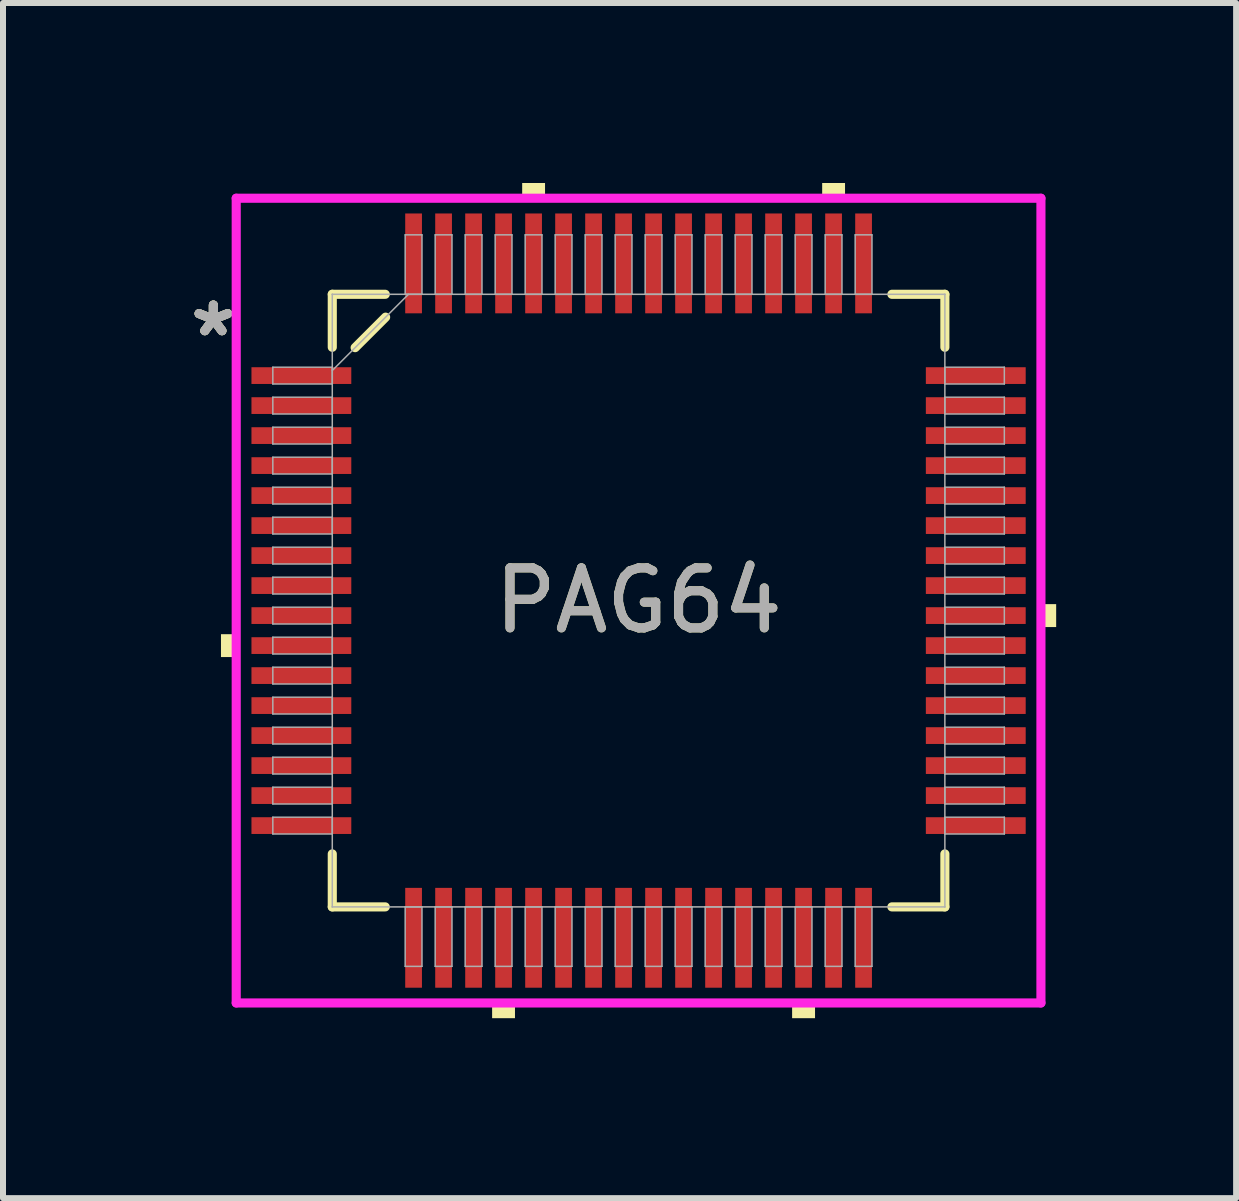
<source format=kicad_pcb>
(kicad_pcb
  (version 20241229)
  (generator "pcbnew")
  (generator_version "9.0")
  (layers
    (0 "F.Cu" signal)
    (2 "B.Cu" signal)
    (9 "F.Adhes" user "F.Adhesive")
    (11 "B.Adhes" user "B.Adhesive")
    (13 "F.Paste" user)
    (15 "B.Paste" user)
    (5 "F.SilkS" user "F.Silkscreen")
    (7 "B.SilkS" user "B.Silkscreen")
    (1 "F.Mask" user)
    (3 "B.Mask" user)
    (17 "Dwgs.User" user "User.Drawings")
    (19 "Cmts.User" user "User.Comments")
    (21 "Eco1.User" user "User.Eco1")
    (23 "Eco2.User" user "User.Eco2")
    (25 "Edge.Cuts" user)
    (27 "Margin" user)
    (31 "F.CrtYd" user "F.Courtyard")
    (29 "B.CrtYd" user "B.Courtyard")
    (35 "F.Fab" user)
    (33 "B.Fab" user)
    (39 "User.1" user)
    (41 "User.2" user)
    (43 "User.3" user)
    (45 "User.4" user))
  (footprint "PAG64"
    (layer "F.Cu")
    (at 7.593 6.96)
    (property "Reference" "PAG64" (at 0 0 0) (unlocked yes) (layer "F.SilkS") (effects (font (size 1 1) (thickness 0.15))))
    (attr smd)
    (fp_line (start -5.105 -5.105) (end -5.105 -4.222) (stroke (width 0.152) (type solid)) (layer "F.SilkS"))
    (fp_line (start -5.105 4.222) (end -5.105 5.105) (stroke (width 0.152) (type solid)) (layer "F.SilkS"))
    (fp_line (start -5.105 5.105) (end -4.222 5.105) (stroke (width 0.152) (type solid)) (layer "F.SilkS"))
    (fp_line (start -4.724 -4.216) (end -4.216 -4.724) (stroke (width 0.152) (type solid)) (layer "F.SilkS"))
    (fp_line (start -4.222 -5.105) (end -5.105 -5.105) (stroke (width 0.152) (type solid)) (layer "F.SilkS"))
    (fp_line (start 4.222 5.105) (end 5.105 5.105) (stroke (width 0.152) (type solid)) (layer "F.SilkS"))
    (fp_line (start 5.105 -5.105) (end 4.222 -5.105) (stroke (width 0.152) (type solid)) (layer "F.SilkS"))
    (fp_line (start 5.105 -4.222) (end 5.105 -5.105) (stroke (width 0.152) (type solid)) (layer "F.SilkS"))
    (fp_line (start 5.105 5.105) (end 5.105 4.222) (stroke (width 0.152) (type solid)) (layer "F.SilkS"))
    (fp_poly (pts (xy -6.96 0.56) (xy -6.96 0.941) (xy -6.706 0.941) (xy -6.706 0.56)) (stroke (width 0) (type solid)) (fill yes) (layer "F.SilkS"))
    (fp_poly (pts (xy -2.441 6.706) (xy -2.441 6.96) (xy -2.06 6.96) (xy -2.06 6.706)) (stroke (width 0) (type solid)) (fill yes) (layer "F.SilkS"))
    (fp_poly (pts (xy -1.94 -6.706) (xy -1.94 -6.96) (xy -1.559 -6.96) (xy -1.559 -6.706)) (stroke (width 0) (type solid)) (fill yes) (layer "F.SilkS"))
    (fp_poly (pts (xy 2.559 6.706) (xy 2.559 6.96) (xy 2.941 6.96) (xy 2.941 6.706)) (stroke (width 0) (type solid)) (fill yes) (layer "F.SilkS"))
    (fp_poly (pts (xy 3.06 -6.706) (xy 3.06 -6.96) (xy 3.441 -6.96) (xy 3.441 -6.706)) (stroke (width 0) (type solid)) (fill yes) (layer "F.SilkS"))
    (fp_poly (pts (xy 6.96 0.059) (xy 6.96 0.441) (xy 6.706 0.441) (xy 6.706 0.059)) (stroke (width 0) (type solid)) (fill yes) (layer "F.SilkS"))
    (fp_line (start -6.706 -6.706) (end 6.706 -6.706) (stroke (width 0.152) (type solid)) (layer "F.CrtYd"))
    (fp_line (start -6.706 6.706) (end -6.706 -6.706) (stroke (width 0.152) (type solid)) (layer "F.CrtYd"))
    (fp_line (start 6.706 -6.706) (end 6.706 6.706) (stroke (width 0.152) (type solid)) (layer "F.CrtYd"))
    (fp_line (start 6.706 6.706) (end -6.706 6.706) (stroke (width 0.152) (type solid)) (layer "F.CrtYd"))
    (fp_line (start -6.096 -3.89) (end -6.096 -3.61) (stroke (width 0.025) (type solid)) (layer "F.Fab"))
    (fp_line (start -6.096 -3.61) (end -5.105 -3.61) (stroke (width 0.025) (type solid)) (layer "F.Fab"))
    (fp_line (start -6.096 -3.39) (end -6.096 -3.11) (stroke (width 0.025) (type solid)) (layer "F.Fab"))
    (fp_line (start -6.096 -3.11) (end -5.105 -3.11) (stroke (width 0.025) (type solid)) (layer "F.Fab"))
    (fp_line (start -6.096 -2.89) (end -6.096 -2.61) (stroke (width 0.025) (type solid)) (layer "F.Fab"))
    (fp_line (start -6.096 -2.61) (end -5.105 -2.61) (stroke (width 0.025) (type solid)) (layer "F.Fab"))
    (fp_line (start -6.096 -2.39) (end -6.096 -2.11) (stroke (width 0.025) (type solid)) (layer "F.Fab"))
    (fp_line (start -6.096 -2.11) (end -5.105 -2.11) (stroke (width 0.025) (type solid)) (layer "F.Fab"))
    (fp_line (start -6.096 -1.89) (end -6.096 -1.61) (stroke (width 0.025) (type solid)) (layer "F.Fab"))
    (fp_line (start -6.096 -1.61) (end -5.105 -1.61) (stroke (width 0.025) (type solid)) (layer "F.Fab"))
    (fp_line (start -6.096 -1.39) (end -6.096 -1.11) (stroke (width 0.025) (type solid)) (layer "F.Fab"))
    (fp_line (start -6.096 -1.11) (end -5.105 -1.11) (stroke (width 0.025) (type solid)) (layer "F.Fab"))
    (fp_line (start -6.096 -0.89) (end -6.096 -0.61) (stroke (width 0.025) (type solid)) (layer "F.Fab"))
    (fp_line (start -6.096 -0.61) (end -5.105 -0.61) (stroke (width 0.025) (type solid)) (layer "F.Fab"))
    (fp_line (start -6.096 -0.39) (end -6.096 -0.11) (stroke (width 0.025) (type solid)) (layer "F.Fab"))
    (fp_line (start -6.096 -0.11) (end -5.105 -0.11) (stroke (width 0.025) (type solid)) (layer "F.Fab"))
    (fp_line (start -6.096 0.11) (end -6.096 0.39) (stroke (width 0.025) (type solid)) (layer "F.Fab"))
    (fp_line (start -6.096 0.39) (end -5.105 0.39) (stroke (width 0.025) (type solid)) (layer "F.Fab"))
    (fp_line (start -6.096 0.61) (end -6.096 0.89) (stroke (width 0.025) (type solid)) (layer "F.Fab"))
    (fp_line (start -6.096 0.89) (end -5.105 0.89) (stroke (width 0.025) (type solid)) (layer "F.Fab"))
    (fp_line (start -6.096 1.11) (end -6.096 1.39) (stroke (width 0.025) (type solid)) (layer "F.Fab"))
    (fp_line (start -6.096 1.39) (end -5.105 1.39) (stroke (width 0.025) (type solid)) (layer "F.Fab"))
    (fp_line (start -6.096 1.61) (end -6.096 1.89) (stroke (width 0.025) (type solid)) (layer "F.Fab"))
    (fp_line (start -6.096 1.89) (end -5.105 1.89) (stroke (width 0.025) (type solid)) (layer "F.Fab"))
    (fp_line (start -6.096 2.11) (end -6.096 2.39) (stroke (width 0.025) (type solid)) (layer "F.Fab"))
    (fp_line (start -6.096 2.39) (end -5.105 2.39) (stroke (width 0.025) (type solid)) (layer "F.Fab"))
    (fp_line (start -6.096 2.61) (end -6.096 2.89) (stroke (width 0.025) (type solid)) (layer "F.Fab"))
    (fp_line (start -6.096 2.89) (end -5.105 2.89) (stroke (width 0.025) (type solid)) (layer "F.Fab"))
    (fp_line (start -6.096 3.11) (end -6.096 3.39) (stroke (width 0.025) (type solid)) (layer "F.Fab"))
    (fp_line (start -6.096 3.39) (end -5.105 3.39) (stroke (width 0.025) (type solid)) (layer "F.Fab"))
    (fp_line (start -6.096 3.61) (end -6.096 3.89) (stroke (width 0.025) (type solid)) (layer "F.Fab"))
    (fp_line (start -6.096 3.89) (end -5.105 3.89) (stroke (width 0.025) (type solid)) (layer "F.Fab"))
    (fp_line (start -5.105 -5.105) (end -5.105 -5.105) (stroke (width 0.025) (type solid)) (layer "F.Fab"))
    (fp_line (start -5.105 -5.105) (end -5.105 5.105) (stroke (width 0.025) (type solid)) (layer "F.Fab"))
    (fp_line (start -5.105 -3.89) (end -6.096 -3.89) (stroke (width 0.025) (type solid)) (layer "F.Fab"))
    (fp_line (start -5.105 -3.835) (end -3.835 -5.105) (stroke (width 0.025) (type solid)) (layer "F.Fab"))
    (fp_line (start -5.105 -3.61) (end -5.105 -3.89) (stroke (width 0.025) (type solid)) (layer "F.Fab"))
    (fp_line (start -5.105 -3.39) (end -6.096 -3.39) (stroke (width 0.025) (type solid)) (layer "F.Fab"))
    (fp_line (start -5.105 -3.11) (end -5.105 -3.39) (stroke (width 0.025) (type solid)) (layer "F.Fab"))
    (fp_line (start -5.105 -2.89) (end -6.096 -2.89) (stroke (width 0.025) (type solid)) (layer "F.Fab"))
    (fp_line (start -5.105 -2.61) (end -5.105 -2.89) (stroke (width 0.025) (type solid)) (layer "F.Fab"))
    (fp_line (start -5.105 -2.39) (end -6.096 -2.39) (stroke (width 0.025) (type solid)) (layer "F.Fab"))
    (fp_line (start -5.105 -2.11) (end -5.105 -2.39) (stroke (width 0.025) (type solid)) (layer "F.Fab"))
    (fp_line (start -5.105 -1.89) (end -6.096 -1.89) (stroke (width 0.025) (type solid)) (layer "F.Fab"))
    (fp_line (start -5.105 -1.61) (end -5.105 -1.89) (stroke (width 0.025) (type solid)) (layer "F.Fab"))
    (fp_line (start -5.105 -1.39) (end -6.096 -1.39) (stroke (width 0.025) (type solid)) (layer "F.Fab"))
    (fp_line (start -5.105 -1.11) (end -5.105 -1.39) (stroke (width 0.025) (type solid)) (layer "F.Fab"))
    (fp_line (start -5.105 -0.89) (end -6.096 -0.89) (stroke (width 0.025) (type solid)) (layer "F.Fab"))
    (fp_line (start -5.105 -0.61) (end -5.105 -0.89) (stroke (width 0.025) (type solid)) (layer "F.Fab"))
    (fp_line (start -5.105 -0.39) (end -6.096 -0.39) (stroke (width 0.025) (type solid)) (layer "F.Fab"))
    (fp_line (start -5.105 -0.11) (end -5.105 -0.39) (stroke (width 0.025) (type solid)) (layer "F.Fab"))
    (fp_line (start -5.105 0.11) (end -6.096 0.11) (stroke (width 0.025) (type solid)) (layer "F.Fab"))
    (fp_line (start -5.105 0.39) (end -5.105 0.11) (stroke (width 0.025) (type solid)) (layer "F.Fab"))
    (fp_line (start -5.105 0.61) (end -6.096 0.61) (stroke (width 0.025) (type solid)) (layer "F.Fab"))
    (fp_line (start -5.105 0.89) (end -5.105 0.61) (stroke (width 0.025) (type solid)) (layer "F.Fab"))
    (fp_line (start -5.105 1.11) (end -6.096 1.11) (stroke (width 0.025) (type solid)) (layer "F.Fab"))
    (fp_line (start -5.105 1.39) (end -5.105 1.11) (stroke (width 0.025) (type solid)) (layer "F.Fab"))
    (fp_line (start -5.105 1.61) (end -6.096 1.61) (stroke (width 0.025) (type solid)) (layer "F.Fab"))
    (fp_line (start -5.105 1.89) (end -5.105 1.61) (stroke (width 0.025) (type solid)) (layer "F.Fab"))
    (fp_line (start -5.105 2.11) (end -6.096 2.11) (stroke (width 0.025) (type solid)) (layer "F.Fab"))
    (fp_line (start -5.105 2.39) (end -5.105 2.11) (stroke (width 0.025) (type solid)) (layer "F.Fab"))
    (fp_line (start -5.105 2.61) (end -6.096 2.61) (stroke (width 0.025) (type solid)) (layer "F.Fab"))
    (fp_line (start -5.105 2.89) (end -5.105 2.61) (stroke (width 0.025) (type solid)) (layer "F.Fab"))
    (fp_line (start -5.105 3.11) (end -6.096 3.11) (stroke (width 0.025) (type solid)) (layer "F.Fab"))
    (fp_line (start -5.105 3.39) (end -5.105 3.11) (stroke (width 0.025) (type solid)) (layer "F.Fab"))
    (fp_line (start -5.105 3.61) (end -6.096 3.61) (stroke (width 0.025) (type solid)) (layer "F.Fab"))
    (fp_line (start -5.105 3.89) (end -5.105 3.61) (stroke (width 0.025) (type solid)) (layer "F.Fab"))
    (fp_line (start -5.105 5.105) (end -5.105 5.105) (stroke (width 0.025) (type solid)) (layer "F.Fab"))
    (fp_line (start -5.105 5.105) (end 5.105 5.105) (stroke (width 0.025) (type solid)) (layer "F.Fab"))
    (fp_line (start -3.89 -6.096) (end -3.89 -5.105) (stroke (width 0.025) (type solid)) (layer "F.Fab"))
    (fp_line (start -3.89 -5.105) (end -3.61 -5.105) (stroke (width 0.025) (type solid)) (layer "F.Fab"))
    (fp_line (start -3.89 5.105) (end -3.89 6.096) (stroke (width 0.025) (type solid)) (layer "F.Fab"))
    (fp_line (start -3.89 6.096) (end -3.61 6.096) (stroke (width 0.025) (type solid)) (layer "F.Fab"))
    (fp_line (start -3.61 -6.096) (end -3.89 -6.096) (stroke (width 0.025) (type solid)) (layer "F.Fab"))
    (fp_line (start -3.61 -5.105) (end -3.61 -6.096) (stroke (width 0.025) (type solid)) (layer "F.Fab"))
    (fp_line (start -3.61 5.105) (end -3.89 5.105) (stroke (width 0.025) (type solid)) (layer "F.Fab"))
    (fp_line (start -3.61 6.096) (end -3.61 5.105) (stroke (width 0.025) (type solid)) (layer "F.Fab"))
    (fp_line (start -3.39 -6.096) (end -3.39 -5.105) (stroke (width 0.025) (type solid)) (layer "F.Fab"))
    (fp_line (start -3.39 -5.105) (end -3.11 -5.105) (stroke (width 0.025) (type solid)) (layer "F.Fab"))
    (fp_line (start -3.39 5.105) (end -3.39 6.096) (stroke (width 0.025) (type solid)) (layer "F.Fab"))
    (fp_line (start -3.39 6.096) (end -3.11 6.096) (stroke (width 0.025) (type solid)) (layer "F.Fab"))
    (fp_line (start -3.11 -6.096) (end -3.39 -6.096) (stroke (width 0.025) (type solid)) (layer "F.Fab"))
    (fp_line (start -3.11 -5.105) (end -3.11 -6.096) (stroke (width 0.025) (type solid)) (layer "F.Fab"))
    (fp_line (start -3.11 5.105) (end -3.39 5.105) (stroke (width 0.025) (type solid)) (layer "F.Fab"))
    (fp_line (start -3.11 6.096) (end -3.11 5.105) (stroke (width 0.025) (type solid)) (layer "F.Fab"))
    (fp_line (start -2.89 -6.096) (end -2.89 -5.105) (stroke (width 0.025) (type solid)) (layer "F.Fab"))
    (fp_line (start -2.89 -5.105) (end -2.61 -5.105) (stroke (width 0.025) (type solid)) (layer "F.Fab"))
    (fp_line (start -2.89 5.105) (end -2.89 6.096) (stroke (width 0.025) (type solid)) (layer "F.Fab"))
    (fp_line (start -2.89 6.096) (end -2.61 6.096) (stroke (width 0.025) (type solid)) (layer "F.Fab"))
    (fp_line (start -2.61 -6.096) (end -2.89 -6.096) (stroke (width 0.025) (type solid)) (layer "F.Fab"))
    (fp_line (start -2.61 -5.105) (end -2.61 -6.096) (stroke (width 0.025) (type solid)) (layer "F.Fab"))
    (fp_line (start -2.61 5.105) (end -2.89 5.105) (stroke (width 0.025) (type solid)) (layer "F.Fab"))
    (fp_line (start -2.61 6.096) (end -2.61 5.105) (stroke (width 0.025) (type solid)) (layer "F.Fab"))
    (fp_line (start -2.39 -6.096) (end -2.39 -5.105) (stroke (width 0.025) (type solid)) (layer "F.Fab"))
    (fp_line (start -2.39 -5.105) (end -2.11 -5.105) (stroke (width 0.025) (type solid)) (layer "F.Fab"))
    (fp_line (start -2.39 5.105) (end -2.39 6.096) (stroke (width 0.025) (type solid)) (layer "F.Fab"))
    (fp_line (start -2.39 6.096) (end -2.11 6.096) (stroke (width 0.025) (type solid)) (layer "F.Fab"))
    (fp_line (start -2.11 -6.096) (end -2.39 -6.096) (stroke (width 0.025) (type solid)) (layer "F.Fab"))
    (fp_line (start -2.11 -5.105) (end -2.11 -6.096) (stroke (width 0.025) (type solid)) (layer "F.Fab"))
    (fp_line (start -2.11 5.105) (end -2.39 5.105) (stroke (width 0.025) (type solid)) (layer "F.Fab"))
    (fp_line (start -2.11 6.096) (end -2.11 5.105) (stroke (width 0.025) (type solid)) (layer "F.Fab"))
    (fp_line (start -1.89 -6.096) (end -1.89 -5.105) (stroke (width 0.025) (type solid)) (layer "F.Fab"))
    (fp_line (start -1.89 -5.105) (end -1.61 -5.105) (stroke (width 0.025) (type solid)) (layer "F.Fab"))
    (fp_line (start -1.89 5.105) (end -1.89 6.096) (stroke (width 0.025) (type solid)) (layer "F.Fab"))
    (fp_line (start -1.89 6.096) (end -1.61 6.096) (stroke (width 0.025) (type solid)) (layer "F.Fab"))
    (fp_line (start -1.61 -6.096) (end -1.89 -6.096) (stroke (width 0.025) (type solid)) (layer "F.Fab"))
    (fp_line (start -1.61 -5.105) (end -1.61 -6.096) (stroke (width 0.025) (type solid)) (layer "F.Fab"))
    (fp_line (start -1.61 5.105) (end -1.89 5.105) (stroke (width 0.025) (type solid)) (layer "F.Fab"))
    (fp_line (start -1.61 6.096) (end -1.61 5.105) (stroke (width 0.025) (type solid)) (layer "F.Fab"))
    (fp_line (start -1.39 -6.096) (end -1.39 -5.105) (stroke (width 0.025) (type solid)) (layer "F.Fab"))
    (fp_line (start -1.39 -5.105) (end -1.11 -5.105) (stroke (width 0.025) (type solid)) (layer "F.Fab"))
    (fp_line (start -1.39 5.105) (end -1.39 6.096) (stroke (width 0.025) (type solid)) (layer "F.Fab"))
    (fp_line (start -1.39 6.096) (end -1.11 6.096) (stroke (width 0.025) (type solid)) (layer "F.Fab"))
    (fp_line (start -1.11 -6.096) (end -1.39 -6.096) (stroke (width 0.025) (type solid)) (layer "F.Fab"))
    (fp_line (start -1.11 -5.105) (end -1.11 -6.096) (stroke (width 0.025) (type solid)) (layer "F.Fab"))
    (fp_line (start -1.11 5.105) (end -1.39 5.105) (stroke (width 0.025) (type solid)) (layer "F.Fab"))
    (fp_line (start -1.11 6.096) (end -1.11 5.105) (stroke (width 0.025) (type solid)) (layer "F.Fab"))
    (fp_line (start -0.89 -6.096) (end -0.89 -5.105) (stroke (width 0.025) (type solid)) (layer "F.Fab"))
    (fp_line (start -0.89 -5.105) (end -0.61 -5.105) (stroke (width 0.025) (type solid)) (layer "F.Fab"))
    (fp_line (start -0.89 5.105) (end -0.89 6.096) (stroke (width 0.025) (type solid)) (layer "F.Fab"))
    (fp_line (start -0.89 6.096) (end -0.61 6.096) (stroke (width 0.025) (type solid)) (layer "F.Fab"))
    (fp_line (start -0.61 -6.096) (end -0.89 -6.096) (stroke (width 0.025) (type solid)) (layer "F.Fab"))
    (fp_line (start -0.61 -5.105) (end -0.61 -6.096) (stroke (width 0.025) (type solid)) (layer "F.Fab"))
    (fp_line (start -0.61 5.105) (end -0.89 5.105) (stroke (width 0.025) (type solid)) (layer "F.Fab"))
    (fp_line (start -0.61 6.096) (end -0.61 5.105) (stroke (width 0.025) (type solid)) (layer "F.Fab"))
    (fp_line (start -0.39 -6.096) (end -0.39 -5.105) (stroke (width 0.025) (type solid)) (layer "F.Fab"))
    (fp_line (start -0.39 -5.105) (end -0.11 -5.105) (stroke (width 0.025) (type solid)) (layer "F.Fab"))
    (fp_line (start -0.39 5.105) (end -0.39 6.096) (stroke (width 0.025) (type solid)) (layer "F.Fab"))
    (fp_line (start -0.39 6.096) (end -0.11 6.096) (stroke (width 0.025) (type solid)) (layer "F.Fab"))
    (fp_line (start -0.11 -6.096) (end -0.39 -6.096) (stroke (width 0.025) (type solid)) (layer "F.Fab"))
    (fp_line (start -0.11 -5.105) (end -0.11 -6.096) (stroke (width 0.025) (type solid)) (layer "F.Fab"))
    (fp_line (start -0.11 5.105) (end -0.39 5.105) (stroke (width 0.025) (type solid)) (layer "F.Fab"))
    (fp_line (start -0.11 6.096) (end -0.11 5.105) (stroke (width 0.025) (type solid)) (layer "F.Fab"))
    (fp_line (start 0.11 -6.096) (end 0.11 -5.105) (stroke (width 0.025) (type solid)) (layer "F.Fab"))
    (fp_line (start 0.11 -5.105) (end 0.39 -5.105) (stroke (width 0.025) (type solid)) (layer "F.Fab"))
    (fp_line (start 0.11 5.105) (end 0.11 6.096) (stroke (width 0.025) (type solid)) (layer "F.Fab"))
    (fp_line (start 0.11 6.096) (end 0.39 6.096) (stroke (width 0.025) (type solid)) (layer "F.Fab"))
    (fp_line (start 0.39 -6.096) (end 0.11 -6.096) (stroke (width 0.025) (type solid)) (layer "F.Fab"))
    (fp_line (start 0.39 -5.105) (end 0.39 -6.096) (stroke (width 0.025) (type solid)) (layer "F.Fab"))
    (fp_line (start 0.39 5.105) (end 0.11 5.105) (stroke (width 0.025) (type solid)) (layer "F.Fab"))
    (fp_line (start 0.39 6.096) (end 0.39 5.105) (stroke (width 0.025) (type solid)) (layer "F.Fab"))
    (fp_line (start 0.61 -6.096) (end 0.61 -5.105) (stroke (width 0.025) (type solid)) (layer "F.Fab"))
    (fp_line (start 0.61 -5.105) (end 0.89 -5.105) (stroke (width 0.025) (type solid)) (layer "F.Fab"))
    (fp_line (start 0.61 5.105) (end 0.61 6.096) (stroke (width 0.025) (type solid)) (layer "F.Fab"))
    (fp_line (start 0.61 6.096) (end 0.89 6.096) (stroke (width 0.025) (type solid)) (layer "F.Fab"))
    (fp_line (start 0.89 -6.096) (end 0.61 -6.096) (stroke (width 0.025) (type solid)) (layer "F.Fab"))
    (fp_line (start 0.89 -5.105) (end 0.89 -6.096) (stroke (width 0.025) (type solid)) (layer "F.Fab"))
    (fp_line (start 0.89 5.105) (end 0.61 5.105) (stroke (width 0.025) (type solid)) (layer "F.Fab"))
    (fp_line (start 0.89 6.096) (end 0.89 5.105) (stroke (width 0.025) (type solid)) (layer "F.Fab"))
    (fp_line (start 1.11 -6.096) (end 1.11 -5.105) (stroke (width 0.025) (type solid)) (layer "F.Fab"))
    (fp_line (start 1.11 -5.105) (end 1.39 -5.105) (stroke (width 0.025) (type solid)) (layer "F.Fab"))
    (fp_line (start 1.11 5.105) (end 1.11 6.096) (stroke (width 0.025) (type solid)) (layer "F.Fab"))
    (fp_line (start 1.11 6.096) (end 1.39 6.096) (stroke (width 0.025) (type solid)) (layer "F.Fab"))
    (fp_line (start 1.39 -6.096) (end 1.11 -6.096) (stroke (width 0.025) (type solid)) (layer "F.Fab"))
    (fp_line (start 1.39 -5.105) (end 1.39 -6.096) (stroke (width 0.025) (type solid)) (layer "F.Fab"))
    (fp_line (start 1.39 5.105) (end 1.11 5.105) (stroke (width 0.025) (type solid)) (layer "F.Fab"))
    (fp_line (start 1.39 6.096) (end 1.39 5.105) (stroke (width 0.025) (type solid)) (layer "F.Fab"))
    (fp_line (start 1.61 -6.096) (end 1.61 -5.105) (stroke (width 0.025) (type solid)) (layer "F.Fab"))
    (fp_line (start 1.61 -5.105) (end 1.89 -5.105) (stroke (width 0.025) (type solid)) (layer "F.Fab"))
    (fp_line (start 1.61 5.105) (end 1.61 6.096) (stroke (width 0.025) (type solid)) (layer "F.Fab"))
    (fp_line (start 1.61 6.096) (end 1.89 6.096) (stroke (width 0.025) (type solid)) (layer "F.Fab"))
    (fp_line (start 1.89 -6.096) (end 1.61 -6.096) (stroke (width 0.025) (type solid)) (layer "F.Fab"))
    (fp_line (start 1.89 -5.105) (end 1.89 -6.096) (stroke (width 0.025) (type solid)) (layer "F.Fab"))
    (fp_line (start 1.89 5.105) (end 1.61 5.105) (stroke (width 0.025) (type solid)) (layer "F.Fab"))
    (fp_line (start 1.89 6.096) (end 1.89 5.105) (stroke (width 0.025) (type solid)) (layer "F.Fab"))
    (fp_line (start 2.11 -6.096) (end 2.11 -5.105) (stroke (width 0.025) (type solid)) (layer "F.Fab"))
    (fp_line (start 2.11 -5.105) (end 2.39 -5.105) (stroke (width 0.025) (type solid)) (layer "F.Fab"))
    (fp_line (start 2.11 5.105) (end 2.11 6.096) (stroke (width 0.025) (type solid)) (layer "F.Fab"))
    (fp_line (start 2.11 6.096) (end 2.39 6.096) (stroke (width 0.025) (type solid)) (layer "F.Fab"))
    (fp_line (start 2.39 -6.096) (end 2.11 -6.096) (stroke (width 0.025) (type solid)) (layer "F.Fab"))
    (fp_line (start 2.39 -5.105) (end 2.39 -6.096) (stroke (width 0.025) (type solid)) (layer "F.Fab"))
    (fp_line (start 2.39 5.105) (end 2.11 5.105) (stroke (width 0.025) (type solid)) (layer "F.Fab"))
    (fp_line (start 2.39 6.096) (end 2.39 5.105) (stroke (width 0.025) (type solid)) (layer "F.Fab"))
    (fp_line (start 2.61 -6.096) (end 2.61 -5.105) (stroke (width 0.025) (type solid)) (layer "F.Fab"))
    (fp_line (start 2.61 -5.105) (end 2.89 -5.105) (stroke (width 0.025) (type solid)) (layer "F.Fab"))
    (fp_line (start 2.61 5.105) (end 2.61 6.096) (stroke (width 0.025) (type solid)) (layer "F.Fab"))
    (fp_line (start 2.61 6.096) (end 2.89 6.096) (stroke (width 0.025) (type solid)) (layer "F.Fab"))
    (fp_line (start 2.89 -6.096) (end 2.61 -6.096) (stroke (width 0.025) (type solid)) (layer "F.Fab"))
    (fp_line (start 2.89 -5.105) (end 2.89 -6.096) (stroke (width 0.025) (type solid)) (layer "F.Fab"))
    (fp_line (start 2.89 5.105) (end 2.61 5.105) (stroke (width 0.025) (type solid)) (layer "F.Fab"))
    (fp_line (start 2.89 6.096) (end 2.89 5.105) (stroke (width 0.025) (type solid)) (layer "F.Fab"))
    (fp_line (start 3.11 -6.096) (end 3.11 -5.105) (stroke (width 0.025) (type solid)) (layer "F.Fab"))
    (fp_line (start 3.11 -5.105) (end 3.39 -5.105) (stroke (width 0.025) (type solid)) (layer "F.Fab"))
    (fp_line (start 3.11 5.105) (end 3.11 6.096) (stroke (width 0.025) (type solid)) (layer "F.Fab"))
    (fp_line (start 3.11 6.096) (end 3.39 6.096) (stroke (width 0.025) (type solid)) (layer "F.Fab"))
    (fp_line (start 3.39 -6.096) (end 3.11 -6.096) (stroke (width 0.025) (type solid)) (layer "F.Fab"))
    (fp_line (start 3.39 -5.105) (end 3.39 -6.096) (stroke (width 0.025) (type solid)) (layer "F.Fab"))
    (fp_line (start 3.39 5.105) (end 3.11 5.105) (stroke (width 0.025) (type solid)) (layer "F.Fab"))
    (fp_line (start 3.39 6.096) (end 3.39 5.105) (stroke (width 0.025) (type solid)) (layer "F.Fab"))
    (fp_line (start 3.61 -6.096) (end 3.61 -5.105) (stroke (width 0.025) (type solid)) (layer "F.Fab"))
    (fp_line (start 3.61 -5.105) (end 3.89 -5.105) (stroke (width 0.025) (type solid)) (layer "F.Fab"))
    (fp_line (start 3.61 5.105) (end 3.61 6.096) (stroke (width 0.025) (type solid)) (layer "F.Fab"))
    (fp_line (start 3.61 6.096) (end 3.89 6.096) (stroke (width 0.025) (type solid)) (layer "F.Fab"))
    (fp_line (start 3.89 -6.096) (end 3.61 -6.096) (stroke (width 0.025) (type solid)) (layer "F.Fab"))
    (fp_line (start 3.89 -5.105) (end 3.89 -6.096) (stroke (width 0.025) (type solid)) (layer "F.Fab"))
    (fp_line (start 3.89 5.105) (end 3.61 5.105) (stroke (width 0.025) (type solid)) (layer "F.Fab"))
    (fp_line (start 3.89 6.096) (end 3.89 5.105) (stroke (width 0.025) (type solid)) (layer "F.Fab"))
    (fp_line (start 5.105 -5.105) (end -5.105 -5.105) (stroke (width 0.025) (type solid)) (layer "F.Fab"))
    (fp_line (start 5.105 -5.105) (end 5.105 -5.105) (stroke (width 0.025) (type solid)) (layer "F.Fab"))
    (fp_line (start 5.105 -3.89) (end 5.105 -3.61) (stroke (width 0.025) (type solid)) (layer "F.Fab"))
    (fp_line (start 5.105 -3.61) (end 6.096 -3.61) (stroke (width 0.025) (type solid)) (layer "F.Fab"))
    (fp_line (start 5.105 -3.39) (end 5.105 -3.11) (stroke (width 0.025) (type solid)) (layer "F.Fab"))
    (fp_line (start 5.105 -3.11) (end 6.096 -3.11) (stroke (width 0.025) (type solid)) (layer "F.Fab"))
    (fp_line (start 5.105 -2.89) (end 5.105 -2.61) (stroke (width 0.025) (type solid)) (layer "F.Fab"))
    (fp_line (start 5.105 -2.61) (end 6.096 -2.61) (stroke (width 0.025) (type solid)) (layer "F.Fab"))
    (fp_line (start 5.105 -2.39) (end 5.105 -2.11) (stroke (width 0.025) (type solid)) (layer "F.Fab"))
    (fp_line (start 5.105 -2.11) (end 6.096 -2.11) (stroke (width 0.025) (type solid)) (layer "F.Fab"))
    (fp_line (start 5.105 -1.89) (end 5.105 -1.61) (stroke (width 0.025) (type solid)) (layer "F.Fab"))
    (fp_line (start 5.105 -1.61) (end 6.096 -1.61) (stroke (width 0.025) (type solid)) (layer "F.Fab"))
    (fp_line (start 5.105 -1.39) (end 5.105 -1.11) (stroke (width 0.025) (type solid)) (layer "F.Fab"))
    (fp_line (start 5.105 -1.11) (end 6.096 -1.11) (stroke (width 0.025) (type solid)) (layer "F.Fab"))
    (fp_line (start 5.105 -0.89) (end 5.105 -0.61) (stroke (width 0.025) (type solid)) (layer "F.Fab"))
    (fp_line (start 5.105 -0.61) (end 6.096 -0.61) (stroke (width 0.025) (type solid)) (layer "F.Fab"))
    (fp_line (start 5.105 -0.39) (end 5.105 -0.11) (stroke (width 0.025) (type solid)) (layer "F.Fab"))
    (fp_line (start 5.105 -0.11) (end 6.096 -0.11) (stroke (width 0.025) (type solid)) (layer "F.Fab"))
    (fp_line (start 5.105 0.11) (end 5.105 0.39) (stroke (width 0.025) (type solid)) (layer "F.Fab"))
    (fp_line (start 5.105 0.39) (end 6.096 0.39) (stroke (width 0.025) (type solid)) (layer "F.Fab"))
    (fp_line (start 5.105 0.61) (end 5.105 0.89) (stroke (width 0.025) (type solid)) (layer "F.Fab"))
    (fp_line (start 5.105 0.89) (end 6.096 0.89) (stroke (width 0.025) (type solid)) (layer "F.Fab"))
    (fp_line (start 5.105 1.11) (end 5.105 1.39) (stroke (width 0.025) (type solid)) (layer "F.Fab"))
    (fp_line (start 5.105 1.39) (end 6.096 1.39) (stroke (width 0.025) (type solid)) (layer "F.Fab"))
    (fp_line (start 5.105 1.61) (end 5.105 1.89) (stroke (width 0.025) (type solid)) (layer "F.Fab"))
    (fp_line (start 5.105 1.89) (end 6.096 1.89) (stroke (width 0.025) (type solid)) (layer "F.Fab"))
    (fp_line (start 5.105 2.11) (end 5.105 2.39) (stroke (width 0.025) (type solid)) (layer "F.Fab"))
    (fp_line (start 5.105 2.39) (end 6.096 2.39) (stroke (width 0.025) (type solid)) (layer "F.Fab"))
    (fp_line (start 5.105 2.61) (end 5.105 2.89) (stroke (width 0.025) (type solid)) (layer "F.Fab"))
    (fp_line (start 5.105 2.89) (end 6.096 2.89) (stroke (width 0.025) (type solid)) (layer "F.Fab"))
    (fp_line (start 5.105 3.11) (end 5.105 3.39) (stroke (width 0.025) (type solid)) (layer "F.Fab"))
    (fp_line (start 5.105 3.39) (end 6.096 3.39) (stroke (width 0.025) (type solid)) (layer "F.Fab"))
    (fp_line (start 5.105 3.61) (end 5.105 3.89) (stroke (width 0.025) (type solid)) (layer "F.Fab"))
    (fp_line (start 5.105 3.89) (end 6.096 3.89) (stroke (width 0.025) (type solid)) (layer "F.Fab"))
    (fp_line (start 5.105 5.105) (end 5.105 -5.105) (stroke (width 0.025) (type solid)) (layer "F.Fab"))
    (fp_line (start 5.105 5.105) (end 5.105 5.105) (stroke (width 0.025) (type solid)) (layer "F.Fab"))
    (fp_line (start 6.096 -3.89) (end 5.105 -3.89) (stroke (width 0.025) (type solid)) (layer "F.Fab"))
    (fp_line (start 6.096 -3.61) (end 6.096 -3.89) (stroke (width 0.025) (type solid)) (layer "F.Fab"))
    (fp_line (start 6.096 -3.39) (end 5.105 -3.39) (stroke (width 0.025) (type solid)) (layer "F.Fab"))
    (fp_line (start 6.096 -3.11) (end 6.096 -3.39) (stroke (width 0.025) (type solid)) (layer "F.Fab"))
    (fp_line (start 6.096 -2.89) (end 5.105 -2.89) (stroke (width 0.025) (type solid)) (layer "F.Fab"))
    (fp_line (start 6.096 -2.61) (end 6.096 -2.89) (stroke (width 0.025) (type solid)) (layer "F.Fab"))
    (fp_line (start 6.096 -2.39) (end 5.105 -2.39) (stroke (width 0.025) (type solid)) (layer "F.Fab"))
    (fp_line (start 6.096 -2.11) (end 6.096 -2.39) (stroke (width 0.025) (type solid)) (layer "F.Fab"))
    (fp_line (start 6.096 -1.89) (end 5.105 -1.89) (stroke (width 0.025) (type solid)) (layer "F.Fab"))
    (fp_line (start 6.096 -1.61) (end 6.096 -1.89) (stroke (width 0.025) (type solid)) (layer "F.Fab"))
    (fp_line (start 6.096 -1.39) (end 5.105 -1.39) (stroke (width 0.025) (type solid)) (layer "F.Fab"))
    (fp_line (start 6.096 -1.11) (end 6.096 -1.39) (stroke (width 0.025) (type solid)) (layer "F.Fab"))
    (fp_line (start 6.096 -0.89) (end 5.105 -0.89) (stroke (width 0.025) (type solid)) (layer "F.Fab"))
    (fp_line (start 6.096 -0.61) (end 6.096 -0.89) (stroke (width 0.025) (type solid)) (layer "F.Fab"))
    (fp_line (start 6.096 -0.39) (end 5.105 -0.39) (stroke (width 0.025) (type solid)) (layer "F.Fab"))
    (fp_line (start 6.096 -0.11) (end 6.096 -0.39) (stroke (width 0.025) (type solid)) (layer "F.Fab"))
    (fp_line (start 6.096 0.11) (end 5.105 0.11) (stroke (width 0.025) (type solid)) (layer "F.Fab"))
    (fp_line (start 6.096 0.39) (end 6.096 0.11) (stroke (width 0.025) (type solid)) (layer "F.Fab"))
    (fp_line (start 6.096 0.61) (end 5.105 0.61) (stroke (width 0.025) (type solid)) (layer "F.Fab"))
    (fp_line (start 6.096 0.89) (end 6.096 0.61) (stroke (width 0.025) (type solid)) (layer "F.Fab"))
    (fp_line (start 6.096 1.11) (end 5.105 1.11) (stroke (width 0.025) (type solid)) (layer "F.Fab"))
    (fp_line (start 6.096 1.39) (end 6.096 1.11) (stroke (width 0.025) (type solid)) (layer "F.Fab"))
    (fp_line (start 6.096 1.61) (end 5.105 1.61) (stroke (width 0.025) (type solid)) (layer "F.Fab"))
    (fp_line (start 6.096 1.89) (end 6.096 1.61) (stroke (width 0.025) (type solid)) (layer "F.Fab"))
    (fp_line (start 6.096 2.11) (end 5.105 2.11) (stroke (width 0.025) (type solid)) (layer "F.Fab"))
    (fp_line (start 6.096 2.39) (end 6.096 2.11) (stroke (width 0.025) (type solid)) (layer "F.Fab"))
    (fp_line (start 6.096 2.61) (end 5.105 2.61) (stroke (width 0.025) (type solid)) (layer "F.Fab"))
    (fp_line (start 6.096 2.89) (end 6.096 2.61) (stroke (width 0.025) (type solid)) (layer "F.Fab"))
    (fp_line (start 6.096 3.11) (end 5.105 3.11) (stroke (width 0.025) (type solid)) (layer "F.Fab"))
    (fp_line (start 6.096 3.39) (end 6.096 3.11) (stroke (width 0.025) (type solid)) (layer "F.Fab"))
    (fp_line (start 6.096 3.61) (end 5.105 3.61) (stroke (width 0.025) (type solid)) (layer "F.Fab"))
    (fp_line (start 6.096 3.89) (end 6.096 3.61) (stroke (width 0.025) (type solid)) (layer "F.Fab"))
    (fp_text user "*" (at -7.087 -4.381 0) (layer "F.SilkS") (effects (font (size 1 1) (thickness 0.15))))
    (fp_text user "*" (at -7.087 -4.381 0) (unlocked yes) (layer "F.SilkS") (effects (font (size 1 1) (thickness 0.15))))
    (fp_text user "${REFERENCE}" (at 0 0 0) (unlocked yes) (layer "F.Fab") (effects (font (size 1 1) (thickness 0.15))))
    (fp_text user "*" (at -7.087 -4.381 0) (unlocked yes) (layer "F.Fab") (effects (font (size 1 1) (thickness 0.15))))
    (fp_text user "*" (at -7.087 -4.381 0) (layer "F.Fab") (effects (font (size 1 1) (thickness 0.15))))
    (pad "1" smd rect (at -5.62 -3.75 90) (size 0.279 1.664) (layers "F.Cu" "F.Mask" "F.Paste"))
    (pad "2" smd rect (at -5.62 -3.25 90) (size 0.279 1.664) (layers "F.Cu" "F.Mask" "F.Paste"))
    (pad "3" smd rect (at -5.62 -2.75 90) (size 0.279 1.664) (layers "F.Cu" "F.Mask" "F.Paste"))
    (pad "4" smd rect (at -5.62 -2.25 90) (size 0.279 1.664) (layers "F.Cu" "F.Mask" "F.Paste"))
    (pad "5" smd rect (at -5.62 -1.75 90) (size 0.279 1.664) (layers "F.Cu" "F.Mask" "F.Paste"))
    (pad "6" smd rect (at -5.62 -1.25 90) (size 0.279 1.664) (layers "F.Cu" "F.Mask" "F.Paste"))
    (pad "7" smd rect (at -5.62 -0.75 90) (size 0.279 1.664) (layers "F.Cu" "F.Mask" "F.Paste"))
    (pad "8" smd rect (at -5.62 -0.25 90) (size 0.279 1.664) (layers "F.Cu" "F.Mask" "F.Paste"))
    (pad "9" smd rect (at -5.62 0.25 90) (size 0.279 1.664) (layers "F.Cu" "F.Mask" "F.Paste"))
    (pad "10" smd rect (at -5.62 0.75 90) (size 0.279 1.664) (layers "F.Cu" "F.Mask" "F.Paste"))
    (pad "11" smd rect (at -5.62 1.25 90) (size 0.279 1.664) (layers "F.Cu" "F.Mask" "F.Paste"))
    (pad "12" smd rect (at -5.62 1.75 90) (size 0.279 1.664) (layers "F.Cu" "F.Mask" "F.Paste"))
    (pad "13" smd rect (at -5.62 2.25 90) (size 0.279 1.664) (layers "F.Cu" "F.Mask" "F.Paste"))
    (pad "14" smd rect (at -5.62 2.75 90) (size 0.279 1.664) (layers "F.Cu" "F.Mask" "F.Paste"))
    (pad "15" smd rect (at -5.62 3.25 90) (size 0.279 1.664) (layers "F.Cu" "F.Mask" "F.Paste"))
    (pad "16" smd rect (at -5.62 3.75 90) (size 0.279 1.664) (layers "F.Cu" "F.Mask" "F.Paste"))
    (pad "17" smd rect (at -3.75 5.62) (size 0.279 1.664) (layers "F.Cu" "F.Mask" "F.Paste"))
    (pad "18" smd rect (at -3.25 5.62) (size 0.279 1.664) (layers "F.Cu" "F.Mask" "F.Paste"))
    (pad "19" smd rect (at -2.75 5.62) (size 0.279 1.664) (layers "F.Cu" "F.Mask" "F.Paste"))
    (pad "20" smd rect (at -2.25 5.62) (size 0.279 1.664) (layers "F.Cu" "F.Mask" "F.Paste"))
    (pad "21" smd rect (at -1.75 5.62) (size 0.279 1.664) (layers "F.Cu" "F.Mask" "F.Paste"))
    (pad "22" smd rect (at -1.25 5.62) (size 0.279 1.664) (layers "F.Cu" "F.Mask" "F.Paste"))
    (pad "23" smd rect (at -0.75 5.62) (size 0.279 1.664) (layers "F.Cu" "F.Mask" "F.Paste"))
    (pad "24" smd rect (at -0.25 5.62) (size 0.279 1.664) (layers "F.Cu" "F.Mask" "F.Paste"))
    (pad "25" smd rect (at 0.25 5.62) (size 0.279 1.664) (layers "F.Cu" "F.Mask" "F.Paste"))
    (pad "26" smd rect (at 0.75 5.62) (size 0.279 1.664) (layers "F.Cu" "F.Mask" "F.Paste"))
    (pad "27" smd rect (at 1.25 5.62) (size 0.279 1.664) (layers "F.Cu" "F.Mask" "F.Paste"))
    (pad "28" smd rect (at 1.75 5.62) (size 0.279 1.664) (layers "F.Cu" "F.Mask" "F.Paste"))
    (pad "29" smd rect (at 2.25 5.62) (size 0.279 1.664) (layers "F.Cu" "F.Mask" "F.Paste"))
    (pad "30" smd rect (at 2.75 5.62) (size 0.279 1.664) (layers "F.Cu" "F.Mask" "F.Paste"))
    (pad "31" smd rect (at 3.25 5.62) (size 0.279 1.664) (layers "F.Cu" "F.Mask" "F.Paste"))
    (pad "32" smd rect (at 3.75 5.62) (size 0.279 1.664) (layers "F.Cu" "F.Mask" "F.Paste"))
    (pad "33" smd rect (at 5.62 3.75 90) (size 0.279 1.664) (layers "F.Cu" "F.Mask" "F.Paste"))
    (pad "34" smd rect (at 5.62 3.25 90) (size 0.279 1.664) (layers "F.Cu" "F.Mask" "F.Paste"))
    (pad "35" smd rect (at 5.62 2.75 90) (size 0.279 1.664) (layers "F.Cu" "F.Mask" "F.Paste"))
    (pad "36" smd rect (at 5.62 2.25 90) (size 0.279 1.664) (layers "F.Cu" "F.Mask" "F.Paste"))
    (pad "37" smd rect (at 5.62 1.75 90) (size 0.279 1.664) (layers "F.Cu" "F.Mask" "F.Paste"))
    (pad "38" smd rect (at 5.62 1.25 90) (size 0.279 1.664) (layers "F.Cu" "F.Mask" "F.Paste"))
    (pad "39" smd rect (at 5.62 0.75 90) (size 0.279 1.664) (layers "F.Cu" "F.Mask" "F.Paste"))
    (pad "40" smd rect (at 5.62 0.25 90) (size 0.279 1.664) (layers "F.Cu" "F.Mask" "F.Paste"))
    (pad "41" smd rect (at 5.62 -0.25 90) (size 0.279 1.664) (layers "F.Cu" "F.Mask" "F.Paste"))
    (pad "42" smd rect (at 5.62 -0.75 90) (size 0.279 1.664) (layers "F.Cu" "F.Mask" "F.Paste"))
    (pad "43" smd rect (at 5.62 -1.25 90) (size 0.279 1.664) (layers "F.Cu" "F.Mask" "F.Paste"))
    (pad "44" smd rect (at 5.62 -1.75 90) (size 0.279 1.664) (layers "F.Cu" "F.Mask" "F.Paste"))
    (pad "45" smd rect (at 5.62 -2.25 90) (size 0.279 1.664) (layers "F.Cu" "F.Mask" "F.Paste"))
    (pad "46" smd rect (at 5.62 -2.75 90) (size 0.279 1.664) (layers "F.Cu" "F.Mask" "F.Paste"))
    (pad "47" smd rect (at 5.62 -3.25 90) (size 0.279 1.664) (layers "F.Cu" "F.Mask" "F.Paste"))
    (pad "48" smd rect (at 5.62 -3.75 90) (size 0.279 1.664) (layers "F.Cu" "F.Mask" "F.Paste"))
    (pad "49" smd rect (at 3.75 -5.62) (size 0.279 1.664) (layers "F.Cu" "F.Mask" "F.Paste"))
    (pad "50" smd rect (at 3.25 -5.62) (size 0.279 1.664) (layers "F.Cu" "F.Mask" "F.Paste"))
    (pad "51" smd rect (at 2.75 -5.62) (size 0.279 1.664) (layers "F.Cu" "F.Mask" "F.Paste"))
    (pad "52" smd rect (at 2.25 -5.62) (size 0.279 1.664) (layers "F.Cu" "F.Mask" "F.Paste"))
    (pad "53" smd rect (at 1.75 -5.62) (size 0.279 1.664) (layers "F.Cu" "F.Mask" "F.Paste"))
    (pad "54" smd rect (at 1.25 -5.62) (size 0.279 1.664) (layers "F.Cu" "F.Mask" "F.Paste"))
    (pad "55" smd rect (at 0.75 -5.62) (size 0.279 1.664) (layers "F.Cu" "F.Mask" "F.Paste"))
    (pad "56" smd rect (at 0.25 -5.62) (size 0.279 1.664) (layers "F.Cu" "F.Mask" "F.Paste"))
    (pad "57" smd rect (at -0.25 -5.62) (size 0.279 1.664) (layers "F.Cu" "F.Mask" "F.Paste"))
    (pad "58" smd rect (at -0.75 -5.62) (size 0.279 1.664) (layers "F.Cu" "F.Mask" "F.Paste"))
    (pad "59" smd rect (at -1.25 -5.62) (size 0.279 1.664) (layers "F.Cu" "F.Mask" "F.Paste"))
    (pad "60" smd rect (at -1.75 -5.62) (size 0.279 1.664) (layers "F.Cu" "F.Mask" "F.Paste"))
    (pad "61" smd rect (at -2.25 -5.62) (size 0.279 1.664) (layers "F.Cu" "F.Mask" "F.Paste"))
    (pad "62" smd rect (at -2.75 -5.62) (size 0.279 1.664) (layers "F.Cu" "F.Mask" "F.Paste"))
    (pad "63" smd rect (at -3.25 -5.62) (size 0.279 1.664) (layers "F.Cu" "F.Mask" "F.Paste"))
    (pad "64" smd rect (at -3.75 -5.62) (size 0.279 1.664) (layers "F.Cu" "F.Mask" "F.Paste")))
  (gr_rect
    (start -3 -3)
    (end 17.552 16.919)
    (stroke (width 0.1) (type default))
    (fill no)
    (layer "Edge.Cuts")))
</source>
